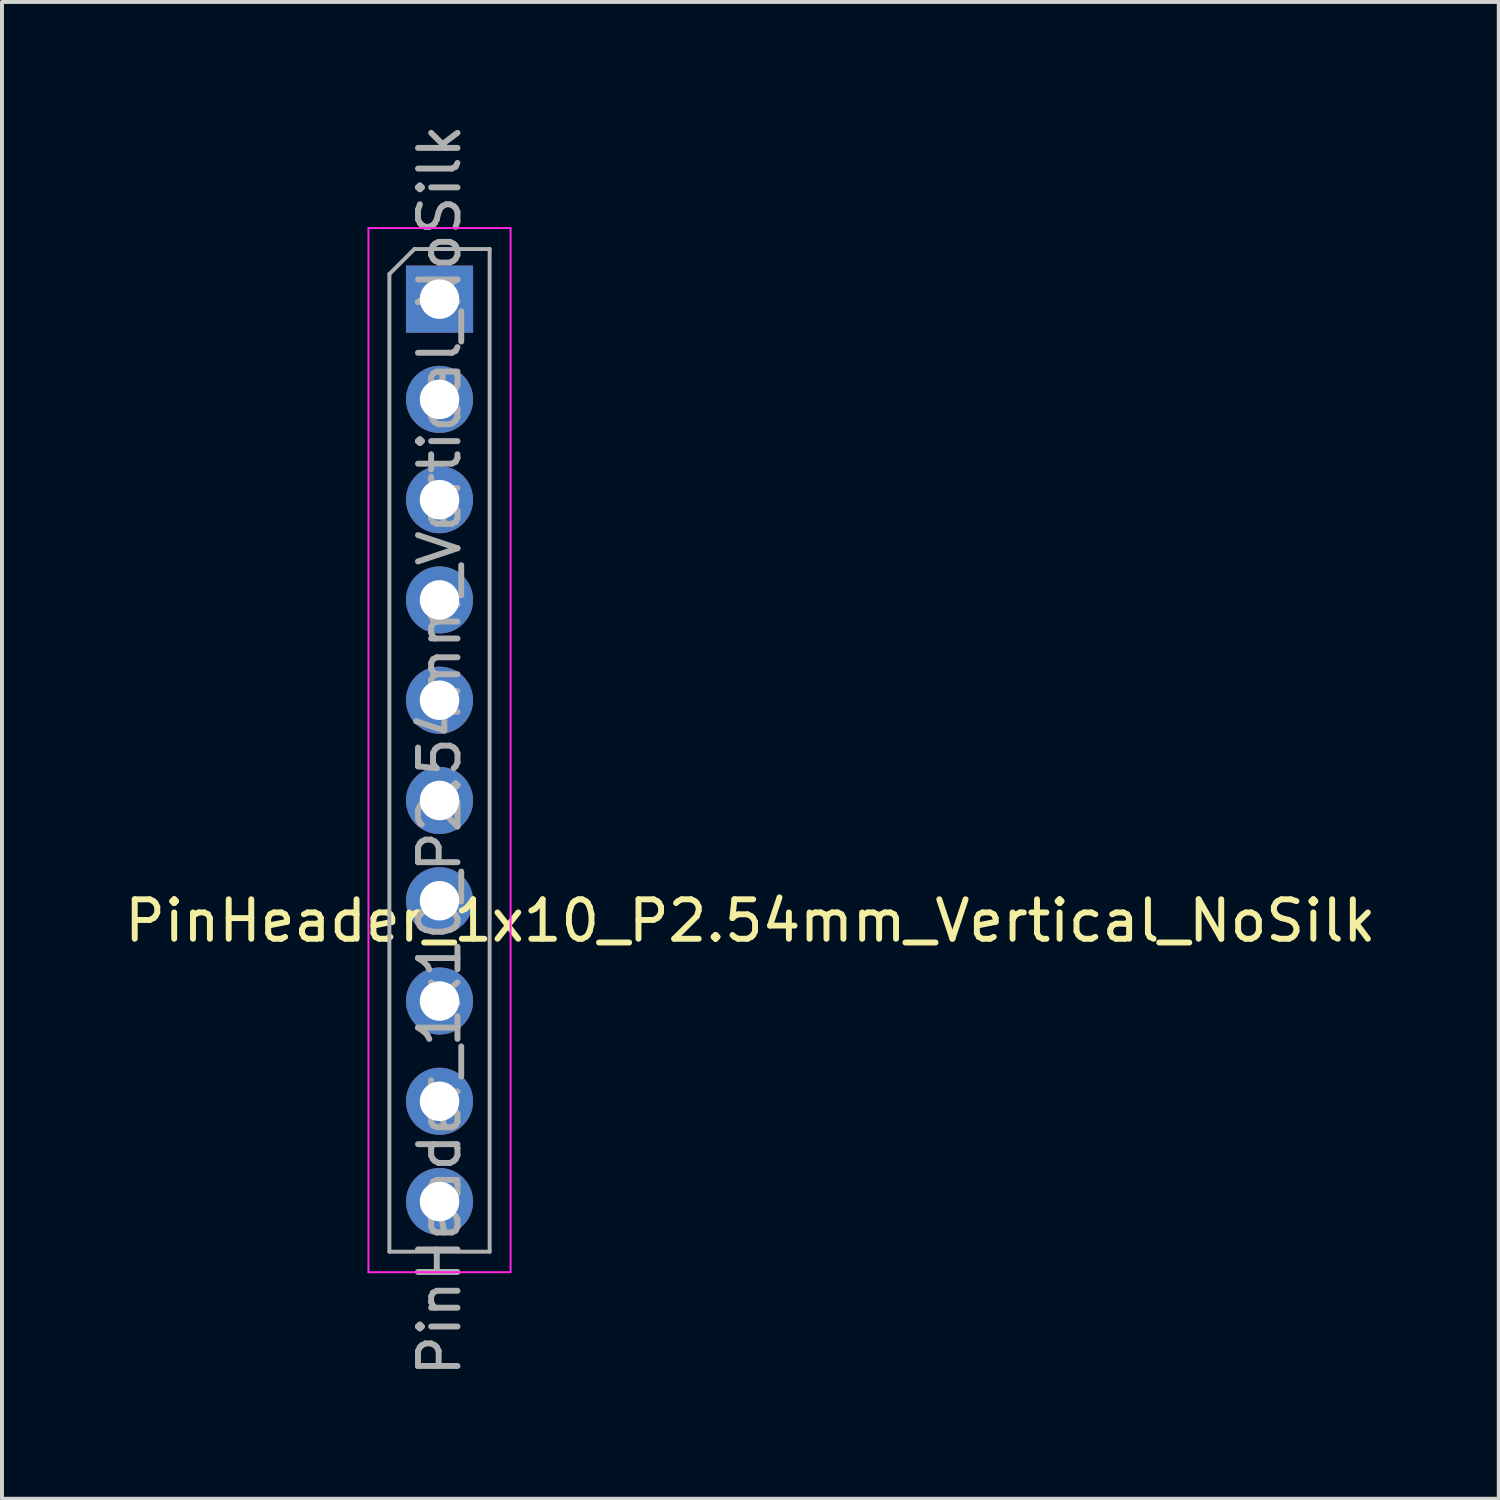
<source format=kicad_pcb>
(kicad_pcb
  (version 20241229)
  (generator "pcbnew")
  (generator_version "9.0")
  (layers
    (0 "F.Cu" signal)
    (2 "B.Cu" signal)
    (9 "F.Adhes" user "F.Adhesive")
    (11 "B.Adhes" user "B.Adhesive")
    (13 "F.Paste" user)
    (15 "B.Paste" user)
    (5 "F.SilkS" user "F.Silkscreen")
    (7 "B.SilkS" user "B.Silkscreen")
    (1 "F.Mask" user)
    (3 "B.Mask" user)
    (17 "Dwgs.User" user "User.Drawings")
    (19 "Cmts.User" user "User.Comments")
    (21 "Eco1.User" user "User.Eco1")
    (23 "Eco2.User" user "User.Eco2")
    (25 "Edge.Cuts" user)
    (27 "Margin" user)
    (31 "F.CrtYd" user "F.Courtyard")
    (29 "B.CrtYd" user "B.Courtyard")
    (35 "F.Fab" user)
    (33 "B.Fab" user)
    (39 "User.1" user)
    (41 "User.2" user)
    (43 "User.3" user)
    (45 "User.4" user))
  (footprint "PinHeader_1x10_P2.54mm_Vertical_NoSilk"
    (layer "F.Cu")
    (at 8.084 4.528)
    (property "Reference" "PinHeader_1x10_P2.54mm_Vertical_NoSilk" (at 7.874 15.748 0) (layer "F.SilkS") (effects (font (size 1 1) (thickness 0.15))))
    (attr through_hole)
    (fp_line (start -1.8 -1.8) (end -1.8 24.65) (stroke (width 0.05) (type solid)) (layer "F.CrtYd"))
    (fp_line (start -1.8 24.65) (end 1.8 24.65) (stroke (width 0.05) (type solid)) (layer "F.CrtYd"))
    (fp_line (start 1.8 -1.8) (end -1.8 -1.8) (stroke (width 0.05) (type solid)) (layer "F.CrtYd"))
    (fp_line (start 1.8 24.65) (end 1.8 -1.8) (stroke (width 0.05) (type solid)) (layer "F.CrtYd"))
    (fp_line (start -1.27 -0.635) (end -0.635 -1.27) (stroke (width 0.1) (type solid)) (layer "F.Fab"))
    (fp_line (start -1.27 24.13) (end -1.27 -0.635) (stroke (width 0.1) (type solid)) (layer "F.Fab"))
    (fp_line (start -0.635 -1.27) (end 1.27 -1.27) (stroke (width 0.1) (type solid)) (layer "F.Fab"))
    (fp_line (start 1.27 -1.27) (end 1.27 24.13) (stroke (width 0.1) (type solid)) (layer "F.Fab"))
    (fp_line (start 1.27 24.13) (end -1.27 24.13) (stroke (width 0.1) (type solid)) (layer "F.Fab"))
    (fp_text user "${REFERENCE}" (at 0 11.43 270) (layer "F.Fab") (effects (font (size 1 1) (thickness 0.15))))
    (pad "1" thru_hole rect (at 0 0) (size 1.7 1.7) (drill 1) (layers "*.Cu" "*.Mask"))
    (pad "2" thru_hole oval (at 0 2.54) (size 1.7 1.7) (drill 1) (layers "*.Cu" "*.Mask"))
    (pad "3" thru_hole oval (at 0 5.08) (size 1.7 1.7) (drill 1) (layers "*.Cu" "*.Mask"))
    (pad "4" thru_hole oval (at 0 7.62) (size 1.7 1.7) (drill 1) (layers "*.Cu" "*.Mask"))
    (pad "5" thru_hole oval (at 0 10.16) (size 1.7 1.7) (drill 1) (layers "*.Cu" "*.Mask"))
    (pad "6" thru_hole oval (at 0 12.7) (size 1.7 1.7) (drill 1) (layers "*.Cu" "*.Mask"))
    (pad "7" thru_hole oval (at 0 15.24) (size 1.7 1.7) (drill 1) (layers "*.Cu" "*.Mask"))
    (pad "8" thru_hole oval (at 0 17.78) (size 1.7 1.7) (drill 1) (layers "*.Cu" "*.Mask"))
    (pad "9" thru_hole oval (at 0 20.32) (size 1.7 1.7) (drill 1) (layers "*.Cu" "*.Mask"))
    (pad "10" thru_hole oval (at 0 22.86) (size 1.7 1.7) (drill 1) (layers "*.Cu" "*.Mask")))
  (gr_rect
    (start -3 -3)
    (end 34.917 34.917)
    (stroke (width 0.1) (type default))
    (fill no)
    (layer "Edge.Cuts")))
</source>
